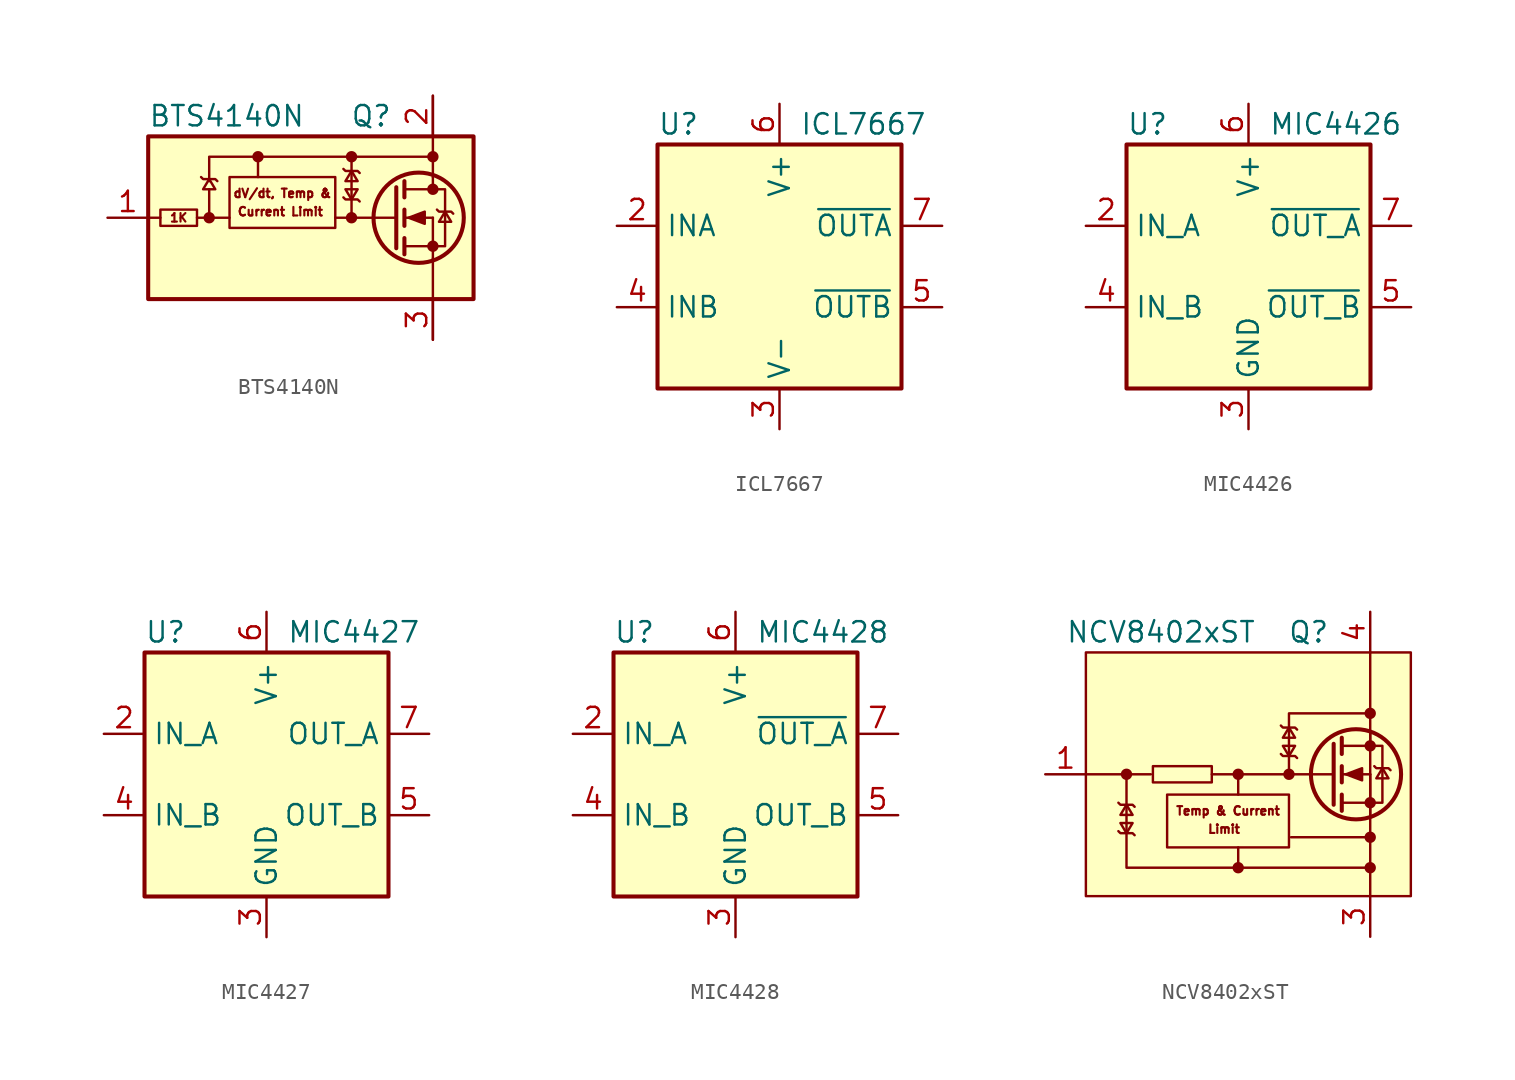
<source format=kicad_sym>
(kicad_symbol_lib
  (version 20241209)
  (generator "kicad_symbol_editor")
  (generator_version "9.0")
  (symbol "BTS4140N"
    (pin_names
      (offset 0)
      (hide yes))
    (property "Reference" "Q"
      (at 5.08 6.35 0)
      (effects (font (size 1.27 1.27)) (justify right)))
    (property "Value" "BTS4140N"
      (at -10.16 6.35 0)
      (effects (font (size 1.27 1.27)) (justify left)))
    (symbol "BTS4140N_0_0"
      (polyline (pts (xy 2.54 0) (xy 2.54 3.81) (xy 7.62 3.81)) (stroke (width 0) (type default)) (fill (type none)))
      (polyline (pts (xy 7.62 2.54) (xy 7.62 7.62)) (stroke (width 0) (type default)) (fill (type none)))
      (polyline (pts (xy 7.62 -2.54) (xy 7.62 -7.62)) (stroke (width 0) (type default)) (fill (type none))))
    (symbol "BTS4140N_0_1"
      (rectangle (start -9.398 0.508) (end -7.112 -0.508) (stroke (width 0) (type default)) (fill (type none)))
      (polyline (pts (xy -9.398 0) (xy -10.16 0)) (stroke (width 0) (type default)) (fill (type none)))
      (polyline (pts (xy -7.112 0) (xy -5.08 0)) (stroke (width 0) (type default)) (fill (type none)))
      (polyline (pts (xy -6.35 2.286) (xy -6.35 3.81) (xy 2.54 3.81)) (stroke (width 0) (type default)) (fill (type none)))
      (polyline (pts (xy -6.35 0) (xy -6.35 1.778)) (stroke (width 0) (type default)) (fill (type none)))
      (polyline (pts (xy -3.302 3.81) (xy -3.302 2.54)) (stroke (width 0) (type default)) (fill (type none))))
    (symbol "BTS4140N_1_0"
      (rectangle (start -10.16 5.08) (end 10.16 -5.08) (stroke (width 0.254) (type default)) (fill (type background))))
    (symbol "BTS4140N_1_1"
      (polyline (pts (xy -6.858 2.54) (xy -6.731 2.413) (xy -5.969 2.413) (xy -5.842 2.286)) (stroke (width 0) (type default)) (fill (type none)))
      (polyline (pts (xy -6.35 2.413) (xy -6.731 1.778) (xy -5.969 1.778) (xy -6.35 2.413)) (stroke (width 0) (type default)) (fill (type none)))
      (circle (center -6.35 0) (radius 0.279) (stroke (width 0) (type default)) (fill (type outline)))
      (rectangle (start -5.08 2.54) (end 1.524 -0.635) (stroke (width 0) (type default)) (fill (type none)))
      (circle (center -3.302 3.81) (radius 0.279) (stroke (width 0) (type default)) (fill (type outline)))
      (polyline (pts (xy 2.032 3.048) (xy 2.159 2.921) (xy 2.921 2.921) (xy 3.048 2.794)) (stroke (width 0) (type default)) (fill (type none)))
      (circle (center 2.54 3.81) (radius 0.279) (stroke (width 0) (type default)) (fill (type outline)))
      (polyline (pts (xy 2.54 2.921) (xy 2.159 2.286) (xy 2.921 2.286) (xy 2.54 2.921)) (stroke (width 0) (type default)) (fill (type none)))
      (polyline (pts (xy 2.54 1.143) (xy 2.921 1.778) (xy 2.159 1.778) (xy 2.54 1.143)) (stroke (width 0) (type default)) (fill (type none)))
      (polyline (pts (xy 2.54 0) (xy 1.524 0)) (stroke (width 0) (type default)) (fill (type none)))
      (polyline (pts (xy 2.54 0) (xy 5.334 0)) (stroke (width 0) (type default)) (fill (type none)))
      (circle (center 2.54 0) (radius 0.279) (stroke (width 0) (type default)) (fill (type outline)))
      (polyline (pts (xy 3.048 1.016) (xy 2.921 1.143) (xy 2.159 1.143) (xy 2.032 1.27)) (stroke (width 0) (type default)) (fill (type none)))
      (polyline (pts (xy 5.334 1.905) (xy 5.334 -1.905) (xy 5.334 -1.905)) (stroke (width 0.254) (type default)) (fill (type none)))
      (polyline (pts (xy 5.842 2.286) (xy 5.842 1.27)) (stroke (width 0.254) (type default)) (fill (type none)))
      (polyline (pts (xy 5.842 1.778) (xy 7.62 1.778)) (stroke (width 0) (type default)) (fill (type none)))
      (polyline (pts (xy 5.842 0.508) (xy 5.842 -0.508)) (stroke (width 0.254) (type default)) (fill (type none)))
      (polyline (pts (xy 5.842 0) (xy 7.62 0)) (stroke (width 0) (type default)) (fill (type none)))
      (polyline (pts (xy 5.842 -1.27) (xy 5.842 -2.286)) (stroke (width 0.254) (type default)) (fill (type none)))
      (polyline (pts (xy 5.842 -1.778) (xy 7.62 -1.778)) (stroke (width 0) (type default)) (fill (type none)))
      (polyline (pts (xy 6.096 0) (xy 7.112 0.381) (xy 7.112 -0.381) (xy 6.096 0)) (stroke (width 0) (type default)) (fill (type outline)))
      (circle (center 6.731 0) (radius 2.819) (stroke (width 0.254) (type default)) (fill (type none)))
      (circle (center 7.62 3.81) (radius 0.279) (stroke (width 0) (type default)) (fill (type outline)))
      (polyline (pts (xy 7.62 2.54) (xy 7.62 1.778)) (stroke (width 0) (type default)) (fill (type none)))
      (circle (center 7.62 1.778) (radius 0.279) (stroke (width 0) (type default)) (fill (type outline)))
      (polyline (pts (xy 7.62 -1.778) (xy 7.62 0)) (stroke (width 0) (type default)) (fill (type none)))
      (polyline (pts (xy 7.62 -1.778) (xy 7.62 -2.54)) (stroke (width 0) (type default)) (fill (type none)))
      (polyline (pts (xy 7.62 -1.778) (xy 8.382 -1.778) (xy 8.382 1.778) (xy 7.62 1.778)) (stroke (width 0) (type default)) (fill (type none)))
      (circle (center 7.62 -1.778) (radius 0.279) (stroke (width 0) (type default)) (fill (type outline)))
      (polyline (pts (xy 7.874 0.508) (xy 8.001 0.381) (xy 8.763 0.381) (xy 8.89 0.254)) (stroke (width 0) (type default)) (fill (type none)))
      (polyline (pts (xy 8.382 0.381) (xy 8.001 -0.254) (xy 8.763 -0.254) (xy 8.382 0.381)) (stroke (width 0) (type default)) (fill (type none)))
      (text "1K" (at -8.255 0 0) (effects (font (size 0.533 0.533))))
      (text "Current Limit" (at -1.905 0.381 0) (effects (font (size 0.533 0.533))))
      (text "dV/dt, Temp &" (at -1.778 1.524 0) (effects (font (size 0.533 0.533))))
      (pin input line (at -12.7 0 0) (length 2.54) (name "G" (effects (font (size 1.27 1.27)))) (number "1" (effects (font (size 1.27 1.27)))))
      (pin passive line (at 7.62 7.62 270) (length 2.54) (name "D" (effects (font (size 1.27 1.27)))) (number "2" (effects (font (size 1.27 1.27)))))
      (pin passive line (at 7.62 7.62 270) (length 2.54) (hide yes) (name "D" (effects (font (size 1.27 1.27)))) (number "4" (effects (font (size 1.27 1.27)))))
      (pin passive line (at 7.62 -7.62 90) (length 2.54) (name "S" (effects (font (size 1.27 1.27)))) (number "3" (effects (font (size 1.27 1.27)))))))
  (symbol "ICL7667"
    (property "Reference" "U"
      (at -7.62 8.89 0)
      (effects (font (size 1.27 1.27)) (justify left)))
    (property "Value" "ICL7667"
      (at 1.27 8.89 0)
      (effects (font (size 1.27 1.27)) (justify left)))
    (symbol "ICL7667_0_1"
      (rectangle (start -7.62 -7.62) (end 7.62 7.62) (stroke (width 0.254) (type default)) (fill (type background))))
    (symbol "ICL7667_1_1"
      (pin input line (at -10.16 2.54 0) (length 2.54) (name "INA" (effects (font (size 1.27 1.27)))) (number "2" (effects (font (size 1.27 1.27)))))
      (pin input line (at -10.16 -2.54 0) (length 2.54) (name "INB" (effects (font (size 1.27 1.27)))) (number "4" (effects (font (size 1.27 1.27)))))
      (pin no_connect line (at -7.62 0 0) (length 2.54) (hide yes) (name "NC" (effects (font (size 1.27 1.27)))) (number "1" (effects (font (size 1.27 1.27)))))
      (pin power_in line (at 0 10.16 270) (length 2.54) (name "V+" (effects (font (size 1.27 1.27)))) (number "6" (effects (font (size 1.27 1.27)))))
      (pin power_in line (at 0 -10.16 90) (length 2.54) (name "V-" (effects (font (size 1.27 1.27)))) (number "3" (effects (font (size 1.27 1.27)))))
      (pin no_connect line (at 7.62 0 180) (length 2.54) (hide yes) (name "NC" (effects (font (size 1.27 1.27)))) (number "8" (effects (font (size 1.27 1.27)))))
      (pin output line (at 10.16 2.54 180) (length 2.54) (name "~{OUTA}" (effects (font (size 1.27 1.27)))) (number "7" (effects (font (size 1.27 1.27)))))
      (pin output line (at 10.16 -2.54 180) (length 2.54) (name "~{OUTB}" (effects (font (size 1.27 1.27)))) (number "5" (effects (font (size 1.27 1.27)))))))
  (symbol "MIC4426"
    (property "Reference" "U"
      (at -7.62 8.89 0)
      (effects (font (size 1.27 1.27)) (justify left)))
    (property "Value" "MIC4426"
      (at 1.27 8.89 0)
      (effects (font (size 1.27 1.27)) (justify left)))
    (symbol "MIC4426_0_1"
      (rectangle (start -7.62 -7.62) (end 7.62 7.62) (stroke (width 0.254) (type default)) (fill (type background))))
    (symbol "MIC4426_1_1"
      (pin input line (at -10.16 2.54 0) (length 2.54) (name "IN_A" (effects (font (size 1.27 1.27)))) (number "2" (effects (font (size 1.27 1.27)))))
      (pin input line (at -10.16 -2.54 0) (length 2.54) (name "IN_B" (effects (font (size 1.27 1.27)))) (number "4" (effects (font (size 1.27 1.27)))))
      (pin no_connect line (at -7.62 0 0) (length 2.54) (hide yes) (name "NC" (effects (font (size 1.27 1.27)))) (number "1" (effects (font (size 1.27 1.27)))))
      (pin power_in line (at 0 10.16 270) (length 2.54) (name "V+" (effects (font (size 1.27 1.27)))) (number "6" (effects (font (size 1.27 1.27)))))
      (pin power_in line (at 0 -10.16 90) (length 2.54) (name "GND" (effects (font (size 1.27 1.27)))) (number "3" (effects (font (size 1.27 1.27)))))
      (pin no_connect line (at 7.62 0 180) (length 2.54) (hide yes) (name "NC" (effects (font (size 1.27 1.27)))) (number "8" (effects (font (size 1.27 1.27)))))
      (pin output line (at 10.16 2.54 180) (length 2.54) (name "~{OUT_A}" (effects (font (size 1.27 1.27)))) (number "7" (effects (font (size 1.27 1.27)))))
      (pin output line (at 10.16 -2.54 180) (length 2.54) (name "~{OUT_B}" (effects (font (size 1.27 1.27)))) (number "5" (effects (font (size 1.27 1.27)))))))
  (symbol "MIC4427"
    (property "Reference" "U"
      (at -7.62 8.89 0)
      (effects (font (size 1.27 1.27)) (justify left)))
    (property "Value" "MIC4427"
      (at 1.27 8.89 0)
      (effects (font (size 1.27 1.27)) (justify left)))
    (symbol "MIC4427_0_1"
      (rectangle (start -7.62 -7.62) (end 7.62 7.62) (stroke (width 0.254) (type default)) (fill (type background))))
    (symbol "MIC4427_1_1"
      (pin input line (at -10.16 2.54 0) (length 2.54) (name "IN_A" (effects (font (size 1.27 1.27)))) (number "2" (effects (font (size 1.27 1.27)))))
      (pin input line (at -10.16 -2.54 0) (length 2.54) (name "IN_B" (effects (font (size 1.27 1.27)))) (number "4" (effects (font (size 1.27 1.27)))))
      (pin no_connect line (at -7.62 0 0) (length 2.54) (hide yes) (name "NC" (effects (font (size 1.27 1.27)))) (number "1" (effects (font (size 1.27 1.27)))))
      (pin power_in line (at 0 10.16 270) (length 2.54) (name "V+" (effects (font (size 1.27 1.27)))) (number "6" (effects (font (size 1.27 1.27)))))
      (pin power_in line (at 0 -10.16 90) (length 2.54) (name "GND" (effects (font (size 1.27 1.27)))) (number "3" (effects (font (size 1.27 1.27)))))
      (pin no_connect line (at 7.62 0 180) (length 2.54) (hide yes) (name "NC" (effects (font (size 1.27 1.27)))) (number "8" (effects (font (size 1.27 1.27)))))
      (pin output line (at 10.16 2.54 180) (length 2.54) (name "OUT_A" (effects (font (size 1.27 1.27)))) (number "7" (effects (font (size 1.27 1.27)))))
      (pin output line (at 10.16 -2.54 180) (length 2.54) (name "OUT_B" (effects (font (size 1.27 1.27)))) (number "5" (effects (font (size 1.27 1.27)))))))
  (symbol "MIC4428"
    (property "Reference" "U"
      (at -7.62 8.89 0)
      (effects (font (size 1.27 1.27)) (justify left)))
    (property "Value" "MIC4428"
      (at 1.27 8.89 0)
      (effects (font (size 1.27 1.27)) (justify left)))
    (symbol "MIC4428_0_1"
      (rectangle (start -7.62 -7.62) (end 7.62 7.62) (stroke (width 0.254) (type default)) (fill (type background))))
    (symbol "MIC4428_1_1"
      (pin input line (at -10.16 2.54 0) (length 2.54) (name "IN_A" (effects (font (size 1.27 1.27)))) (number "2" (effects (font (size 1.27 1.27)))))
      (pin input line (at -10.16 -2.54 0) (length 2.54) (name "IN_B" (effects (font (size 1.27 1.27)))) (number "4" (effects (font (size 1.27 1.27)))))
      (pin no_connect line (at -7.62 0 0) (length 2.54) (hide yes) (name "NC" (effects (font (size 1.27 1.27)))) (number "1" (effects (font (size 1.27 1.27)))))
      (pin power_in line (at 0 10.16 270) (length 2.54) (name "V+" (effects (font (size 1.27 1.27)))) (number "6" (effects (font (size 1.27 1.27)))))
      (pin power_in line (at 0 -10.16 90) (length 2.54) (name "GND" (effects (font (size 1.27 1.27)))) (number "3" (effects (font (size 1.27 1.27)))))
      (pin no_connect line (at 7.62 0 180) (length 2.54) (hide yes) (name "NC" (effects (font (size 1.27 1.27)))) (number "8" (effects (font (size 1.27 1.27)))))
      (pin output line (at 10.16 2.54 180) (length 2.54) (name "~{OUT_A}" (effects (font (size 1.27 1.27)))) (number "7" (effects (font (size 1.27 1.27)))))
      (pin output line (at 10.16 -2.54 180) (length 2.54) (name "OUT_B" (effects (font (size 1.27 1.27)))) (number "5" (effects (font (size 1.27 1.27)))))))
  (symbol "NCV8402xST"
    (pin_names
      (offset 0)
      (hide yes))
    (property "Reference" "Q"
      (at 5.08 8.89 0)
      (effects (font (size 1.27 1.27)) (justify right)))
    (property "Value" "NCV8402xST"
      (at -11.43 8.89 0)
      (effects (font (size 1.27 1.27)) (justify left)))
    (symbol "NCV8402xST_0_0"
      (rectangle (start -10.16 7.62) (end 10.16 -7.62) (stroke (width 0) (type default)) (fill (type background)))
      (rectangle (start -5.969 0.508) (end -2.286 -0.508) (stroke (width 0) (type default)) (fill (type none)))
      (polyline (pts (xy -0.635 -1.27) (xy -0.635 -0.635) (xy -0.635 0)) (stroke (width 0) (type default)) (fill (type none)))
      (polyline (pts (xy -0.635 -5.842) (xy -7.62 -5.842) (xy -7.62 0) (xy -6.096 0)) (stroke (width 0) (type default)) (fill (type none)))
      (polyline (pts (xy 2.54 0) (xy -2.286 0) (xy -0.889 0)) (stroke (width 0) (type default)) (fill (type none)))
      (polyline (pts (xy 2.54 0) (xy 2.54 3.81) (xy 7.62 3.81)) (stroke (width 0) (type default)) (fill (type none)))
      (polyline (pts (xy 7.62 2.54) (xy 7.62 7.62)) (stroke (width 0) (type default)) (fill (type none)))
      (polyline (pts (xy 7.62 2.54) (xy 7.62 -7.62)) (stroke (width 0) (type default)) (fill (type none)))
      (polyline (pts (xy 7.62 -5.842) (xy -0.635 -5.842) (xy -0.635 -4.572)) (stroke (width 0) (type default)) (fill (type none)))
      (text "Limit" (at -1.524 -3.429 0) (effects (font (size 0.533 0.533))))
      (text "Temp & Current" (at -1.27 -2.286 0) (effects (font (size 0.533 0.533)))))
    (symbol "NCV8402xST_0_1"
      (polyline (pts (xy -7.62 0) (xy -10.16 0)) (stroke (width 0) (type default)) (fill (type none)))
      (rectangle (start -5.08 -1.27) (end 2.54 -4.572) (stroke (width 0) (type default)) (fill (type none)))
      (polyline (pts (xy 7.62 -3.937) (xy 2.667 -3.937)) (stroke (width 0) (type default)) (fill (type none))))
    (symbol "NCV8402xST_1_1"
      (polyline (pts (xy -8.128 -1.778) (xy -8.001 -1.905) (xy -7.239 -1.905) (xy -7.112 -2.032)) (stroke (width 0) (type default)) (fill (type none)))
      (circle (center -7.62 0) (radius 0.279) (stroke (width 0) (type default)) (fill (type outline)))
      (polyline (pts (xy -7.62 -1.905) (xy -8.001 -2.54) (xy -7.239 -2.54) (xy -7.62 -1.905)) (stroke (width 0) (type default)) (fill (type none)))
      (polyline (pts (xy -7.62 -3.683) (xy -7.239 -3.048) (xy -8.001 -3.048) (xy -7.62 -3.683)) (stroke (width 0) (type default)) (fill (type none)))
      (polyline (pts (xy -7.112 -3.81) (xy -7.239 -3.683) (xy -8.001 -3.683) (xy -8.128 -3.556)) (stroke (width 0) (type default)) (fill (type none)))
      (circle (center -0.635 0) (radius 0.279) (stroke (width 0) (type default)) (fill (type outline)))
      (circle (center -0.635 -5.842) (radius 0.279) (stroke (width 0) (type default)) (fill (type outline)))
      (polyline (pts (xy 2.032 3.048) (xy 2.159 2.921) (xy 2.921 2.921) (xy 3.048 2.794)) (stroke (width 0) (type default)) (fill (type none)))
      (polyline (pts (xy 2.54 2.921) (xy 2.159 2.286) (xy 2.921 2.286) (xy 2.54 2.921)) (stroke (width 0) (type default)) (fill (type none)))
      (polyline (pts (xy 2.54 1.143) (xy 2.921 1.778) (xy 2.159 1.778) (xy 2.54 1.143)) (stroke (width 0) (type default)) (fill (type none)))
      (polyline (pts (xy 2.54 0) (xy 5.334 0)) (stroke (width 0) (type default)) (fill (type none)))
      (circle (center 2.54 0) (radius 0.279) (stroke (width 0) (type default)) (fill (type outline)))
      (polyline (pts (xy 3.048 1.016) (xy 2.921 1.143) (xy 2.159 1.143) (xy 2.032 1.27)) (stroke (width 0) (type default)) (fill (type none)))
      (polyline (pts (xy 5.334 1.905) (xy 5.334 -1.905) (xy 5.334 -1.905)) (stroke (width 0.254) (type default)) (fill (type none)))
      (polyline (pts (xy 5.842 2.286) (xy 5.842 1.27)) (stroke (width 0.254) (type default)) (fill (type none)))
      (polyline (pts (xy 5.842 1.778) (xy 7.62 1.778)) (stroke (width 0) (type default)) (fill (type none)))
      (polyline (pts (xy 5.842 0.508) (xy 5.842 -0.508)) (stroke (width 0.254) (type default)) (fill (type none)))
      (polyline (pts (xy 5.842 0) (xy 7.62 0)) (stroke (width 0) (type default)) (fill (type none)))
      (polyline (pts (xy 5.842 -1.27) (xy 5.842 -2.286)) (stroke (width 0.254) (type default)) (fill (type none)))
      (polyline (pts (xy 5.842 -1.778) (xy 7.62 -1.778)) (stroke (width 0) (type default)) (fill (type none)))
      (polyline (pts (xy 6.096 0) (xy 7.112 0.381) (xy 7.112 -0.381) (xy 6.096 0)) (stroke (width 0) (type default)) (fill (type outline)))
      (circle (center 6.731 0) (radius 2.819) (stroke (width 0.254) (type default)) (fill (type none)))
      (circle (center 7.62 3.81) (radius 0.279) (stroke (width 0) (type default)) (fill (type outline)))
      (polyline (pts (xy 7.62 2.54) (xy 7.62 1.778)) (stroke (width 0) (type default)) (fill (type none)))
      (circle (center 7.62 1.778) (radius 0.279) (stroke (width 0) (type default)) (fill (type outline)))
      (polyline (pts (xy 7.62 -1.778) (xy 7.62 0)) (stroke (width 0) (type default)) (fill (type none)))
      (polyline (pts (xy 7.62 -1.778) (xy 7.62 -2.54)) (stroke (width 0) (type default)) (fill (type none)))
      (polyline (pts (xy 7.62 -1.778) (xy 8.382 -1.778) (xy 8.382 1.778) (xy 7.62 1.778)) (stroke (width 0) (type default)) (fill (type none)))
      (circle (center 7.62 -1.778) (radius 0.279) (stroke (width 0) (type default)) (fill (type outline)))
      (circle (center 7.62 -3.937) (radius 0.279) (stroke (width 0) (type default)) (fill (type outline)))
      (circle (center 7.62 -5.842) (radius 0.279) (stroke (width 0) (type default)) (fill (type outline)))
      (polyline (pts (xy 7.874 0.508) (xy 8.001 0.381) (xy 8.763 0.381) (xy 8.89 0.254)) (stroke (width 0) (type default)) (fill (type none)))
      (polyline (pts (xy 8.382 0.381) (xy 8.001 -0.254) (xy 8.763 -0.254) (xy 8.382 0.381)) (stroke (width 0) (type default)) (fill (type none)))
      (pin input line (at -12.7 0 0) (length 2.54) (name "G" (effects (font (size 1.27 1.27)))) (number "1" (effects (font (size 1.27 1.27)))))
      (pin passive line (at 7.62 10.16 270) (length 2.54) (hide yes) (name "D" (effects (font (size 1.27 1.27)))) (number "2" (effects (font (size 1.27 1.27)))))
      (pin passive line (at 7.62 10.16 270) (length 2.54) (name "D" (effects (font (size 1.27 1.27)))) (number "4" (effects (font (size 1.27 1.27)))))
      (pin passive line (at 7.62 -10.16 90) (length 2.54) (name "S" (effects (font (size 1.27 1.27)))) (number "3" (effects (font (size 1.27 1.27))))))))
</source>
